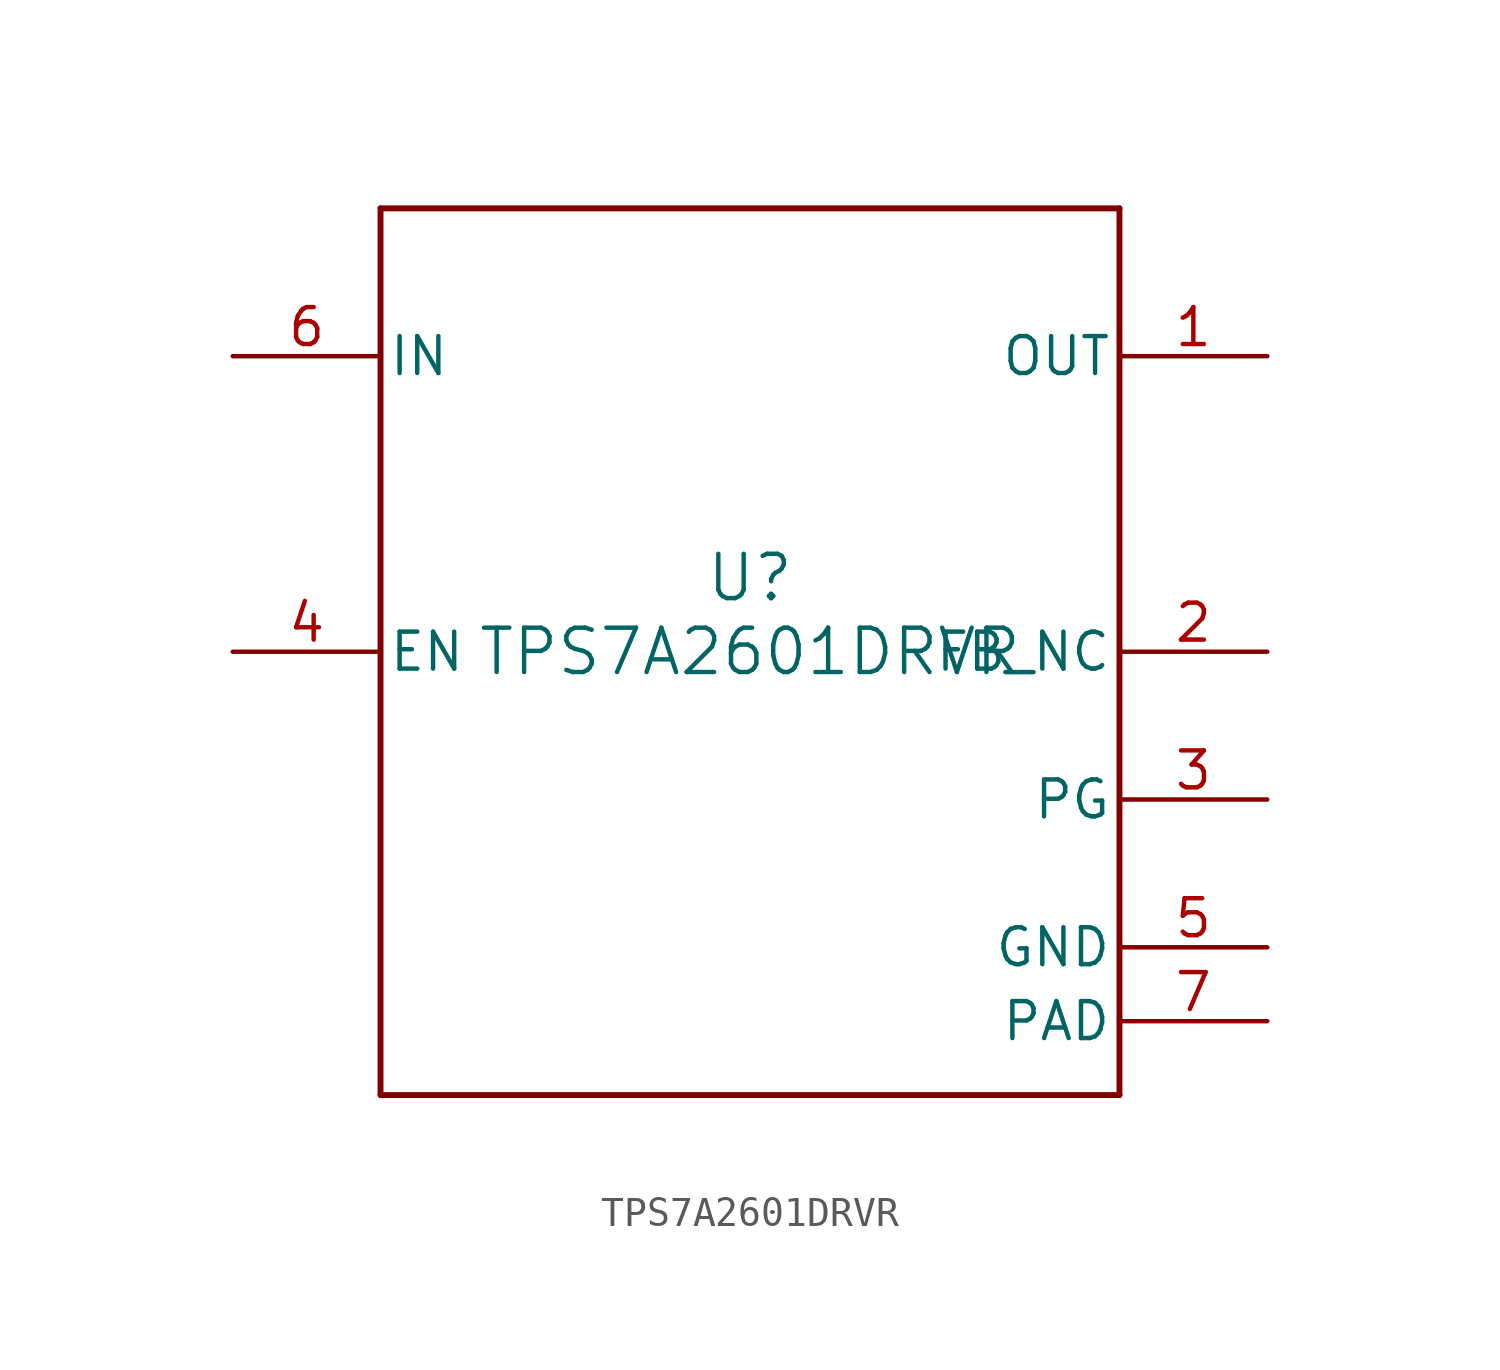
<source format=kicad_sym>
(kicad_symbol_lib
  (version 20211014)
  (generator kicad_symbol_editor)
  (symbol "TPS7A2601DRVR"
    (pin_names
      (offset 0.254))
    (property "Reference" "U"
      (at 0 2.54 0)
      (effects (font (size 1.524 1.524))))
    (property "Value" "TPS7A2601DRVR"
      (at 0 0 0)
      (effects (font (size 1.524 1.524))))
    (symbol "TPS7A2601DRVR_0_1"
      (polyline (pts (xy -12.7 -15.24) (xy 12.7 -15.24)) (stroke (width 0.203) (type default) (color 0 0 0 0)) (fill (type none)))
      (polyline (pts (xy 12.7 -15.24) (xy 12.7 15.24)) (stroke (width 0.203) (type default) (color 0 0 0 0)) (fill (type none)))
      (polyline (pts (xy 12.7 15.24) (xy -12.7 15.24)) (stroke (width 0.203) (type default) (color 0 0 0 0)) (fill (type none)))
      (polyline (pts (xy -12.7 15.24) (xy -12.7 -15.24)) (stroke (width 0.203) (type default) (color 0 0 0 0)) (fill (type none)))
      (pin power_in line (at 17.78 10.16 180) (length 5.08) (name "OUT" (effects (font (size 1.27 1.27)))) (number "1" (effects (font (size 1.27 1.27)))))
      (pin input line (at 17.78 0 180) (length 5.08) (name "FB_NC" (effects (font (size 1.27 1.27)))) (number "2" (effects (font (size 1.27 1.27)))))
      (pin open_collector line (at 17.78 -5.08 180) (length 5.08) (name "PG" (effects (font (size 1.27 1.27)))) (number "3" (effects (font (size 1.27 1.27)))))
      (pin input line (at -17.78 0 0) (length 5.08) (name "EN" (effects (font (size 1.27 1.27)))) (number "4" (effects (font (size 1.27 1.27)))))
      (pin power_in line (at 17.78 -10.16 180) (length 5.08) (name "GND" (effects (font (size 1.27 1.27)))) (number "5" (effects (font (size 1.27 1.27)))))
      (pin power_in line (at -17.78 10.16 0) (length 5.08) (name "IN" (effects (font (size 1.27 1.27)))) (number "6" (effects (font (size 1.27 1.27)))))
      (pin unspecified line (at 17.78 -12.7 180) (length 5.08) (name "PAD" (effects (font (size 1.27 1.27)))) (number "7" (effects (font (size 1.27 1.27))))))))
</source>
